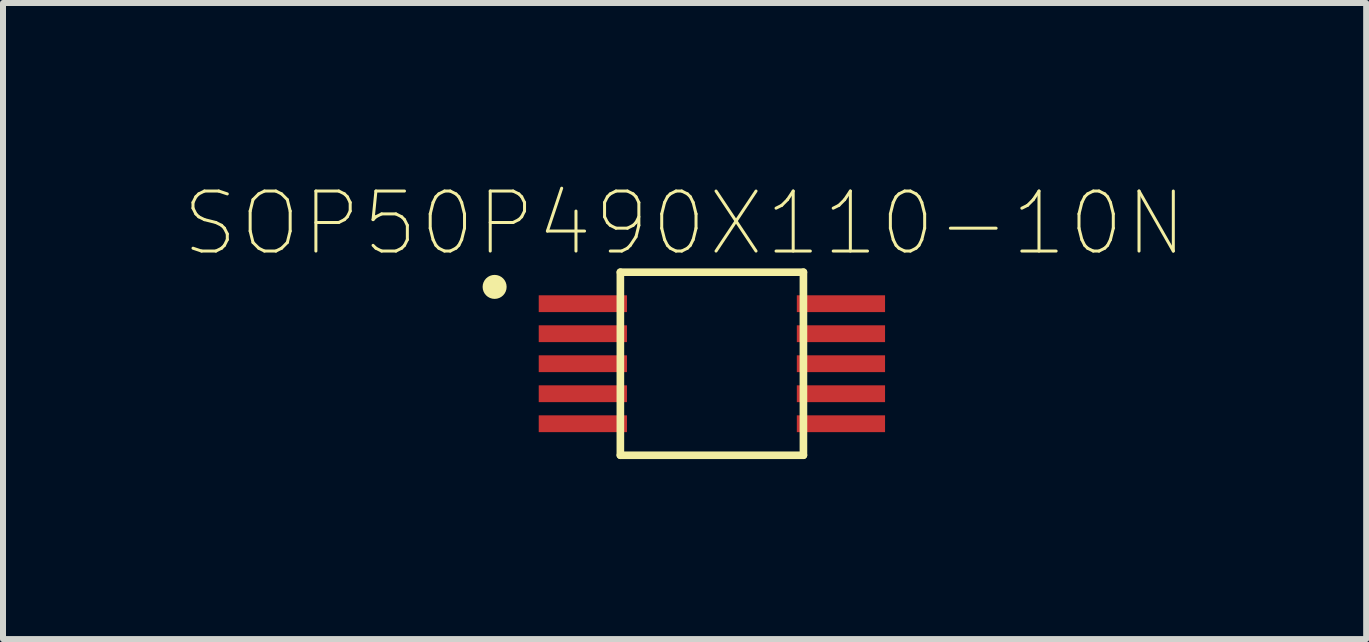
<source format=kicad_pcb>
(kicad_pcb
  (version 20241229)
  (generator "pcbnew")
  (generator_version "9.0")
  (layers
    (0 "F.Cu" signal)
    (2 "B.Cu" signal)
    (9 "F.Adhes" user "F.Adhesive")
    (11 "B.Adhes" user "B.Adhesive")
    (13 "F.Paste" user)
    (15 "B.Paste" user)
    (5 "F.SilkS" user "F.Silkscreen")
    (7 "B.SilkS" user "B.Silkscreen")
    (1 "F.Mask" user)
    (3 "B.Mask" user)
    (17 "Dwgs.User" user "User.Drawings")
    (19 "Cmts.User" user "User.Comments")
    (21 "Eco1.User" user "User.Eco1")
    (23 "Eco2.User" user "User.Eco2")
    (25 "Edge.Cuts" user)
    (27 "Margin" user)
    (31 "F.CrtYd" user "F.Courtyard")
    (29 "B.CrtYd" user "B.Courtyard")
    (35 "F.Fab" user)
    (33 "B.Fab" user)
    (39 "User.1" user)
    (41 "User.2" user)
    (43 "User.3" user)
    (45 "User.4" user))
  (footprint "SOP50P490X110-10N"
    (layer "F.Cu")
    (at 8.811 3.01)
    (property "Reference" "SOP50P490X110-10N" (at -0.455 -2.337 0) (layer "F.SilkS") (effects (font (size 1 1) (thickness 0.05))))
    (attr smd)
    (fp_line (start -1.525 -1.525) (end -1.525 1.525) (stroke (width 0.127) (type solid)) (layer "F.SilkS"))
    (fp_line (start -1.525 -1.525) (end 1.525 -1.525) (stroke (width 0.127) (type solid)) (layer "F.SilkS"))
    (fp_line (start -1.525 1.525) (end 1.525 1.525) (stroke (width 0.127) (type solid)) (layer "F.SilkS"))
    (fp_line (start 1.525 -1.525) (end 1.525 1.525) (stroke (width 0.127) (type solid)) (layer "F.SilkS"))
    (fp_circle (center -3.62 -1.28) (end -3.52 -1.28) (stroke (width 0.2) (type solid)) (fill no) (layer "F.SilkS"))
    (fp_line (start -1.525 -1.525) (end 1.525 -1.525) (stroke (width 0.127) (type solid)) (layer "Eco2.User"))
    (fp_line (start -1.525 1.525) (end 1.525 1.525) (stroke (width 0.127) (type solid)) (layer "Eco2.User"))
    (fp_circle (center -3.62 -1.28) (end -3.52 -1.28) (stroke (width 0.2) (type solid)) (fill no) (layer "Eco2.User"))
    (pad "1" smd rect (at -2.15 -1) (size 1.47 0.28) (layers "F.Cu" "F.Mask" "F.Paste"))
    (pad "2" smd rect (at -2.15 -0.5) (size 1.47 0.28) (layers "F.Cu" "F.Mask" "F.Paste"))
    (pad "3" smd rect (at -2.15 0) (size 1.47 0.28) (layers "F.Cu" "F.Mask" "F.Paste"))
    (pad "4" smd rect (at -2.15 0.5) (size 1.47 0.28) (layers "F.Cu" "F.Mask" "F.Paste"))
    (pad "5" smd rect (at -2.15 1) (size 1.47 0.28) (layers "F.Cu" "F.Mask" "F.Paste"))
    (pad "6" smd rect (at 2.15 1) (size 1.47 0.28) (layers "F.Cu" "F.Mask" "F.Paste"))
    (pad "7" smd rect (at 2.15 0.5) (size 1.47 0.28) (layers "F.Cu" "F.Mask" "F.Paste"))
    (pad "8" smd rect (at 2.15 0) (size 1.47 0.28) (layers "F.Cu" "F.Mask" "F.Paste"))
    (pad "9" smd rect (at 2.15 -0.5) (size 1.47 0.28) (layers "F.Cu" "F.Mask" "F.Paste"))
    (pad "10" smd rect (at 2.15 -1) (size 1.47 0.28) (layers "F.Cu" "F.Mask" "F.Paste")))
  (gr_rect
    (start -3 -3)
    (end 19.712 7.598)
    (stroke (width 0.1) (type default))
    (fill no)
    (layer "Edge.Cuts")))
</source>
